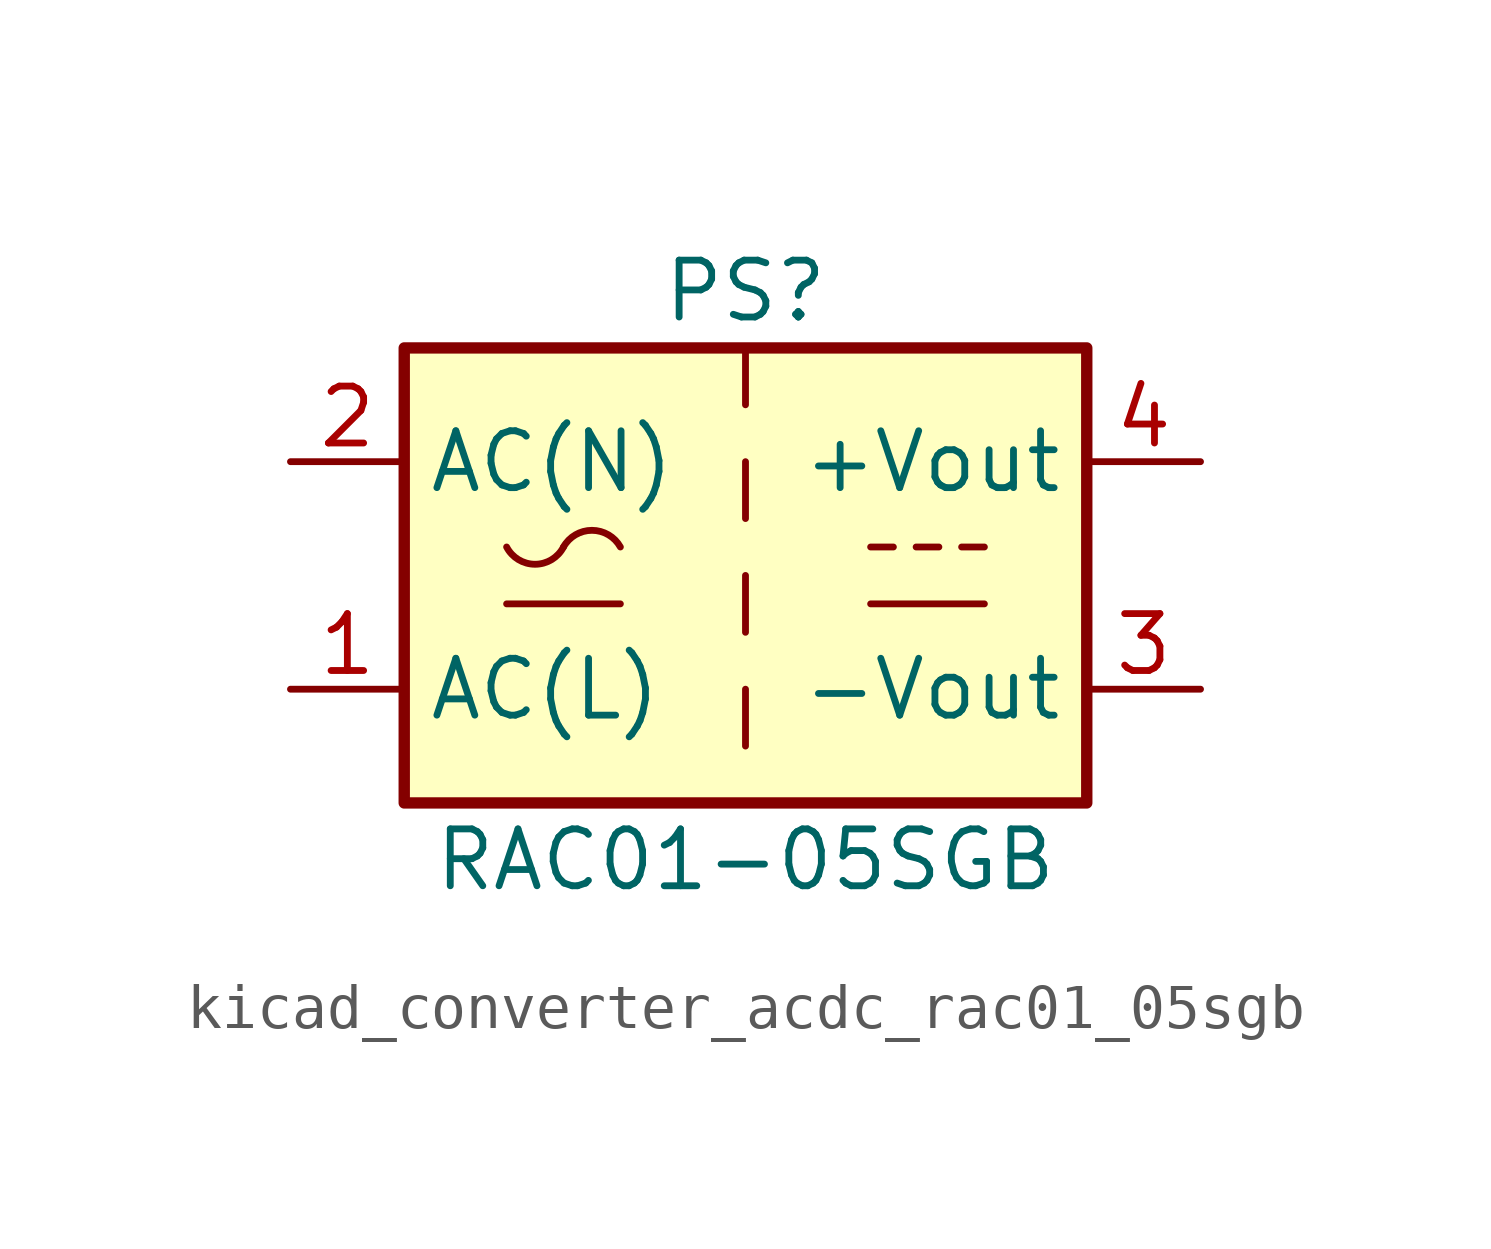
<source format=kicad_sym>
(kicad_symbol_lib
  (version 20220914)
  (generator kicad_symbol_editor)
  (symbol "kicad_converter_acdc_rac01_05sgb"
    (property "Reference" "PS"
      (at 0 6.35 0)
      (effects (font (size 1.27 1.27))))
    (property "Value" "RAC01-05SGB"
      (at 0 -6.35 0)
      (effects (font (size 1.27 1.27))))
    (symbol "kicad_converter_acdc_rac01_05sgb_1_1"
      (rectangle (start -7.62 5.08) (end 7.62 -5.08) (stroke (width 0.254) (type default)) (fill (type background)))
      (arc (start -5.334 0.635) (mid -4.699 0.2495) (end -4.064 0.635) (stroke (width 0) (type default)) (fill (type none)))
      (arc (start -2.794 0.635) (mid -3.429 1.0072) (end -4.064 0.635) (stroke (width 0) (type default)) (fill (type none)))
      (polyline (pts (xy -5.334 -0.635) (xy -2.794 -0.635)) (stroke (width 0) (type default)) (fill (type none)))
      (polyline (pts (xy 0 -2.54) (xy 0 -3.81)) (stroke (width 0) (type default)) (fill (type none)))
      (polyline (pts (xy 0 0) (xy 0 -1.27)) (stroke (width 0) (type default)) (fill (type none)))
      (polyline (pts (xy 0 2.54) (xy 0 1.27)) (stroke (width 0) (type default)) (fill (type none)))
      (polyline (pts (xy 0 5.08) (xy 0 3.81)) (stroke (width 0) (type default)) (fill (type none)))
      (polyline (pts (xy 2.794 -0.635) (xy 5.334 -0.635)) (stroke (width 0) (type default)) (fill (type none)))
      (polyline (pts (xy 2.794 0.635) (xy 3.302 0.635)) (stroke (width 0) (type default)) (fill (type none)))
      (polyline (pts (xy 3.81 0.635) (xy 4.318 0.635)) (stroke (width 0) (type default)) (fill (type none)))
      (polyline (pts (xy 4.826 0.635) (xy 5.334 0.635)) (stroke (width 0) (type default)) (fill (type none)))
      (pin power_in line (at -10.16 -2.54 0) (length 2.54) (name "AC(L)" (effects (font (size 1.27 1.27)))) (number "1" (effects (font (size 1.27 1.27)))))
      (pin power_in line (at -10.16 2.54 0) (length 2.54) (name "AC(N)" (effects (font (size 1.27 1.27)))) (number "2" (effects (font (size 1.27 1.27)))))
      (pin power_out line (at 10.16 -2.54 180) (length 2.54) (name "-Vout" (effects (font (size 1.27 1.27)))) (number "3" (effects (font (size 1.27 1.27)))))
      (pin power_out line (at 10.16 2.54 180) (length 2.54) (name "+Vout" (effects (font (size 1.27 1.27)))) (number "4" (effects (font (size 1.27 1.27))))))))
</source>
